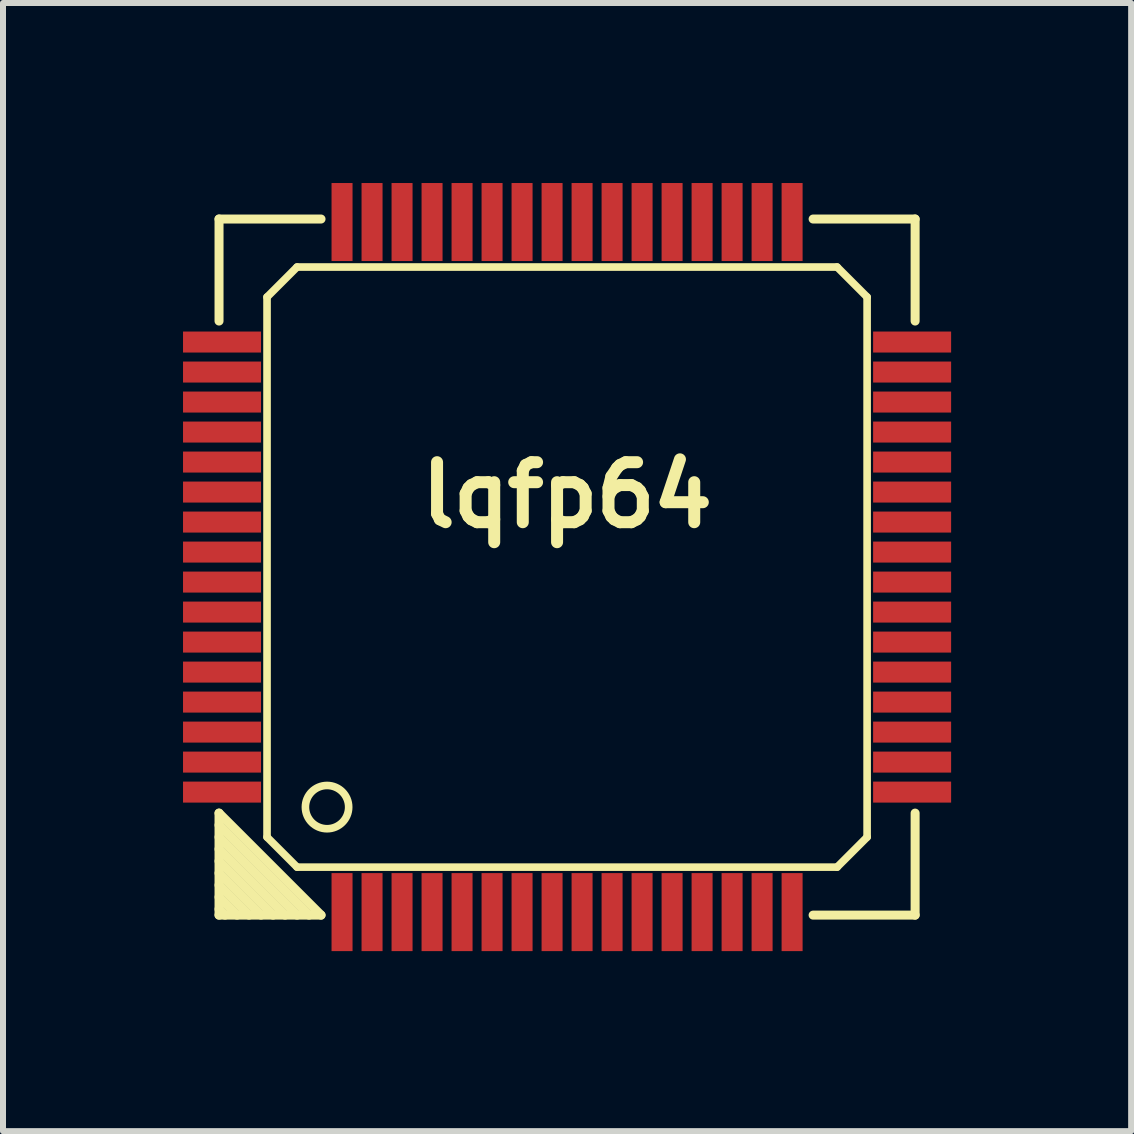
<source format=kicad_pcb>
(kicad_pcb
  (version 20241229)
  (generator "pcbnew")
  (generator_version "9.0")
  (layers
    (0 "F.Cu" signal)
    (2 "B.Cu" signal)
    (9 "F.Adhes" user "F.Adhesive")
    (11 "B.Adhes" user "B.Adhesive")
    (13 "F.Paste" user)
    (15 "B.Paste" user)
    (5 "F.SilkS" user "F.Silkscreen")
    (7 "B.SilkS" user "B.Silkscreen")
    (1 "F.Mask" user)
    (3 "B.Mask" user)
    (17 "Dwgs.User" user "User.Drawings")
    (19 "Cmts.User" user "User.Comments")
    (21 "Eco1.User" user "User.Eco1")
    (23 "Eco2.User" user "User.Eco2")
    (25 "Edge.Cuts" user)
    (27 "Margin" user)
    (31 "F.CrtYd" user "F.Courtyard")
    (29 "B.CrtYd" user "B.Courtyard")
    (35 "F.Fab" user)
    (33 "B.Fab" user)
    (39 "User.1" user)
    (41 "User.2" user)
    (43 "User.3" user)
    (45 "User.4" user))
  (footprint "lqfp64"
    (layer "F.Cu")
    (at 6.4 6.4)
    (property "Reference" "lqfp64" (at 0 -1.2 0) (layer "F.SilkS") (effects (font (size 1 1) (thickness 0.2))))
    (attr through_hole)
    (fp_line (start -5.8 -5.8) (end -4.1 -5.8) (stroke (width 0.15) (type solid)) (layer "F.SilkS"))
    (fp_line (start -5.8 -4.1) (end -5.8 -5.8) (stroke (width 0.15) (type solid)) (layer "F.SilkS"))
    (fp_line (start -5.8 4.1) (end -4.1 5.8) (stroke (width 0.15) (type solid)) (layer "F.SilkS"))
    (fp_line (start -5.8 4.5) (end -4.5 5.8) (stroke (width 0.15) (type solid)) (layer "F.SilkS"))
    (fp_line (start -5.8 4.9) (end -4.9 5.8) (stroke (width 0.15) (type solid)) (layer "F.SilkS"))
    (fp_line (start -5.8 5.3) (end -5.3 5.8) (stroke (width 0.15) (type solid)) (layer "F.SilkS"))
    (fp_line (start -5.8 5.7) (end -5.7 5.8) (stroke (width 0.15) (type solid)) (layer "F.SilkS"))
    (fp_line (start -5.8 5.8) (end -5.8 4.1) (stroke (width 0.15) (type solid)) (layer "F.SilkS"))
    (fp_line (start -5.5 5.8) (end -5.8 5.5) (stroke (width 0.15) (type solid)) (layer "F.SilkS"))
    (fp_line (start -5.1 5.8) (end -5.8 5.1) (stroke (width 0.15) (type solid)) (layer "F.SilkS"))
    (fp_line (start -5 -4.5) (end -4.5 -5) (stroke (width 0.127) (type solid)) (layer "F.SilkS"))
    (fp_line (start -5 4.5) (end -5 -4.5) (stroke (width 0.127) (type solid)) (layer "F.SilkS"))
    (fp_line (start -4.7 5.8) (end -5.8 4.7) (stroke (width 0.15) (type solid)) (layer "F.SilkS"))
    (fp_line (start -4.5 -5) (end 4.5 -5) (stroke (width 0.127) (type solid)) (layer "F.SilkS"))
    (fp_line (start -4.5 5) (end -5 4.5) (stroke (width 0.127) (type solid)) (layer "F.SilkS"))
    (fp_line (start -4.3 5.8) (end -5.8 4.3) (stroke (width 0.15) (type solid)) (layer "F.SilkS"))
    (fp_line (start -4.1 5.8) (end -5.8 5.8) (stroke (width 0.15) (type solid)) (layer "F.SilkS"))
    (fp_line (start 4.1 -5.8) (end 5.8 -5.8) (stroke (width 0.15) (type solid)) (layer "F.SilkS"))
    (fp_line (start 4.5 -5) (end 5 -4.5) (stroke (width 0.127) (type solid)) (layer "F.SilkS"))
    (fp_line (start 4.5 5) (end -4.5 5) (stroke (width 0.127) (type solid)) (layer "F.SilkS"))
    (fp_line (start 5 4.5) (end 4.5 5) (stroke (width 0.127) (type solid)) (layer "F.SilkS"))
    (fp_line (start 5 4.5) (end 5 -4.5) (stroke (width 0.127) (type solid)) (layer "F.SilkS"))
    (fp_line (start 5.8 -5.8) (end 5.8 -4.1) (stroke (width 0.15) (type solid)) (layer "F.SilkS"))
    (fp_line (start 5.8 4.1) (end 5.8 5.8) (stroke (width 0.15) (type solid)) (layer "F.SilkS"))
    (fp_line (start 5.8 5.8) (end 4.1 5.8) (stroke (width 0.15) (type solid)) (layer "F.SilkS"))
    (fp_circle (center -4 4) (end -4.2 4.3) (stroke (width 0.127) (type solid)) (fill no) (layer "F.SilkS"))
    (pad "1" smd rect (at -3.75 5.75) (size 0.35 1.3) (layers "F.Cu" "F.Mask" "F.Paste"))
    (pad "2" smd rect (at -3.25 5.75) (size 0.35 1.3) (layers "F.Cu" "F.Mask" "F.Paste"))
    (pad "3" smd rect (at -2.75 5.75) (size 0.35 1.3) (layers "F.Cu" "F.Mask" "F.Paste"))
    (pad "4" smd rect (at -2.25 5.75) (size 0.35 1.3) (layers "F.Cu" "F.Mask" "F.Paste"))
    (pad "5" smd rect (at -1.75 5.75) (size 0.35 1.3) (layers "F.Cu" "F.Mask" "F.Paste"))
    (pad "6" smd rect (at -1.25 5.75) (size 0.35 1.3) (layers "F.Cu" "F.Mask" "F.Paste"))
    (pad "7" smd rect (at -0.75 5.75) (size 0.35 1.3) (layers "F.Cu" "F.Mask" "F.Paste"))
    (pad "8" smd rect (at -0.25 5.75) (size 0.35 1.3) (layers "F.Cu" "F.Mask" "F.Paste"))
    (pad "9" smd rect (at 0.25 5.75) (size 0.35 1.3) (layers "F.Cu" "F.Mask" "F.Paste"))
    (pad "10" smd rect (at 0.75 5.75) (size 0.35 1.3) (layers "F.Cu" "F.Mask" "F.Paste"))
    (pad "11" smd rect (at 1.25 5.75) (size 0.35 1.3) (layers "F.Cu" "F.Mask" "F.Paste"))
    (pad "12" smd rect (at 1.75 5.75) (size 0.35 1.3) (layers "F.Cu" "F.Mask" "F.Paste"))
    (pad "13" smd rect (at 2.25 5.75) (size 0.35 1.3) (layers "F.Cu" "F.Mask" "F.Paste"))
    (pad "14" smd rect (at 2.75 5.75) (size 0.35 1.3) (layers "F.Cu" "F.Mask" "F.Paste"))
    (pad "15" smd rect (at 3.25 5.75) (size 0.35 1.3) (layers "F.Cu" "F.Mask" "F.Paste"))
    (pad "16" smd rect (at 3.75 5.75) (size 0.35 1.3) (layers "F.Cu" "F.Mask" "F.Paste"))
    (pad "17" smd rect (at 5.75 3.75) (size 1.3 0.35) (layers "F.Cu" "F.Mask" "F.Paste"))
    (pad "18" smd rect (at 5.75 3.25) (size 1.3 0.35) (layers "F.Cu" "F.Mask" "F.Paste"))
    (pad "19" smd rect (at 5.75 2.75) (size 1.3 0.35) (layers "F.Cu" "F.Mask" "F.Paste"))
    (pad "20" smd rect (at 5.75 2.25) (size 1.3 0.35) (layers "F.Cu" "F.Mask" "F.Paste"))
    (pad "21" smd rect (at 5.75 1.75) (size 1.3 0.35) (layers "F.Cu" "F.Mask" "F.Paste"))
    (pad "22" smd rect (at 5.75 1.25) (size 1.3 0.35) (layers "F.Cu" "F.Mask" "F.Paste"))
    (pad "23" smd rect (at 5.75 0.75) (size 1.3 0.35) (layers "F.Cu" "F.Mask" "F.Paste"))
    (pad "24" smd rect (at 5.75 0.25) (size 1.3 0.35) (layers "F.Cu" "F.Mask" "F.Paste"))
    (pad "25" smd rect (at 5.75 -0.25) (size 1.3 0.35) (layers "F.Cu" "F.Mask" "F.Paste"))
    (pad "26" smd rect (at 5.75 -0.75) (size 1.3 0.35) (layers "F.Cu" "F.Mask" "F.Paste"))
    (pad "27" smd rect (at 5.75 -1.25) (size 1.3 0.35) (layers "F.Cu" "F.Mask" "F.Paste"))
    (pad "28" smd rect (at 5.75 -1.75) (size 1.3 0.35) (layers "F.Cu" "F.Mask" "F.Paste"))
    (pad "29" smd rect (at 5.75 -2.25) (size 1.3 0.35) (layers "F.Cu" "F.Mask" "F.Paste"))
    (pad "30" smd rect (at 5.75 -2.75) (size 1.3 0.35) (layers "F.Cu" "F.Mask" "F.Paste"))
    (pad "31" smd rect (at 5.75 -3.25) (size 1.3 0.35) (layers "F.Cu" "F.Mask" "F.Paste"))
    (pad "32" smd rect (at 5.75 -3.75) (size 1.3 0.35) (layers "F.Cu" "F.Mask" "F.Paste"))
    (pad "33" smd rect (at 3.75 -5.75) (size 0.35 1.3) (layers "F.Cu" "F.Mask" "F.Paste"))
    (pad "34" smd rect (at 3.25 -5.75) (size 0.35 1.3) (layers "F.Cu" "F.Mask" "F.Paste"))
    (pad "35" smd rect (at 2.75 -5.75) (size 0.35 1.3) (layers "F.Cu" "F.Mask" "F.Paste"))
    (pad "36" smd rect (at 2.25 -5.75) (size 0.35 1.3) (layers "F.Cu" "F.Mask" "F.Paste"))
    (pad "37" smd rect (at 1.75 -5.75) (size 0.35 1.3) (layers "F.Cu" "F.Mask" "F.Paste"))
    (pad "38" smd rect (at 1.25 -5.75) (size 0.35 1.3) (layers "F.Cu" "F.Mask" "F.Paste"))
    (pad "39" smd rect (at 0.75 -5.75) (size 0.35 1.3) (layers "F.Cu" "F.Mask" "F.Paste"))
    (pad "40" smd rect (at 0.25 -5.75) (size 0.35 1.3) (layers "F.Cu" "F.Mask" "F.Paste"))
    (pad "41" smd rect (at -0.25 -5.75) (size 0.35 1.3) (layers "F.Cu" "F.Mask" "F.Paste"))
    (pad "42" smd rect (at -0.75 -5.75) (size 0.35 1.3) (layers "F.Cu" "F.Mask" "F.Paste"))
    (pad "43" smd rect (at -1.25 -5.75) (size 0.35 1.3) (layers "F.Cu" "F.Mask" "F.Paste"))
    (pad "44" smd rect (at -1.75 -5.75) (size 0.35 1.3) (layers "F.Cu" "F.Mask" "F.Paste"))
    (pad "45" smd rect (at -2.25 -5.75) (size 0.35 1.3) (layers "F.Cu" "F.Mask" "F.Paste"))
    (pad "46" smd rect (at -2.75 -5.75) (size 0.35 1.3) (layers "F.Cu" "F.Mask" "F.Paste"))
    (pad "47" smd rect (at -3.25 -5.75) (size 0.35 1.3) (layers "F.Cu" "F.Mask" "F.Paste"))
    (pad "48" smd rect (at -3.75 -5.75) (size 0.35 1.3) (layers "F.Cu" "F.Mask" "F.Paste"))
    (pad "49" smd rect (at -5.75 -3.75) (size 1.3 0.35) (layers "F.Cu" "F.Mask" "F.Paste"))
    (pad "50" smd rect (at -5.75 -3.25) (size 1.3 0.35) (layers "F.Cu" "F.Mask" "F.Paste"))
    (pad "51" smd rect (at -5.75 -2.75) (size 1.3 0.35) (layers "F.Cu" "F.Mask" "F.Paste"))
    (pad "52" smd rect (at -5.75 -2.25) (size 1.3 0.35) (layers "F.Cu" "F.Mask" "F.Paste"))
    (pad "53" smd rect (at -5.75 -1.75) (size 1.3 0.35) (layers "F.Cu" "F.Mask" "F.Paste"))
    (pad "54" smd rect (at -5.75 -1.25) (size 1.3 0.35) (layers "F.Cu" "F.Mask" "F.Paste"))
    (pad "55" smd rect (at -5.75 -0.75) (size 1.3 0.35) (layers "F.Cu" "F.Mask" "F.Paste"))
    (pad "56" smd rect (at -5.75 -0.25) (size 1.3 0.35) (layers "F.Cu" "F.Mask" "F.Paste"))
    (pad "57" smd rect (at -5.75 0.25) (size 1.3 0.35) (layers "F.Cu" "F.Mask" "F.Paste"))
    (pad "58" smd rect (at -5.75 0.75) (size 1.3 0.35) (layers "F.Cu" "F.Mask" "F.Paste"))
    (pad "59" smd rect (at -5.75 1.25) (size 1.3 0.35) (layers "F.Cu" "F.Mask" "F.Paste"))
    (pad "60" smd rect (at -5.75 1.75) (size 1.3 0.35) (layers "F.Cu" "F.Mask" "F.Paste"))
    (pad "61" smd rect (at -5.75 2.25) (size 1.3 0.35) (layers "F.Cu" "F.Mask" "F.Paste"))
    (pad "62" smd rect (at -5.75 2.75) (size 1.3 0.35) (layers "F.Cu" "F.Mask" "F.Paste"))
    (pad "63" smd rect (at -5.75 3.25) (size 1.3 0.35) (layers "F.Cu" "F.Mask" "F.Paste"))
    (pad "64" smd rect (at -5.75 3.75) (size 1.3 0.35) (layers "F.Cu" "F.Mask" "F.Paste")))
  (gr_rect
    (start -3 -3)
    (end 15.8 15.8)
    (stroke (width 0.1) (type default))
    (fill no)
    (layer "Edge.Cuts")))
</source>
